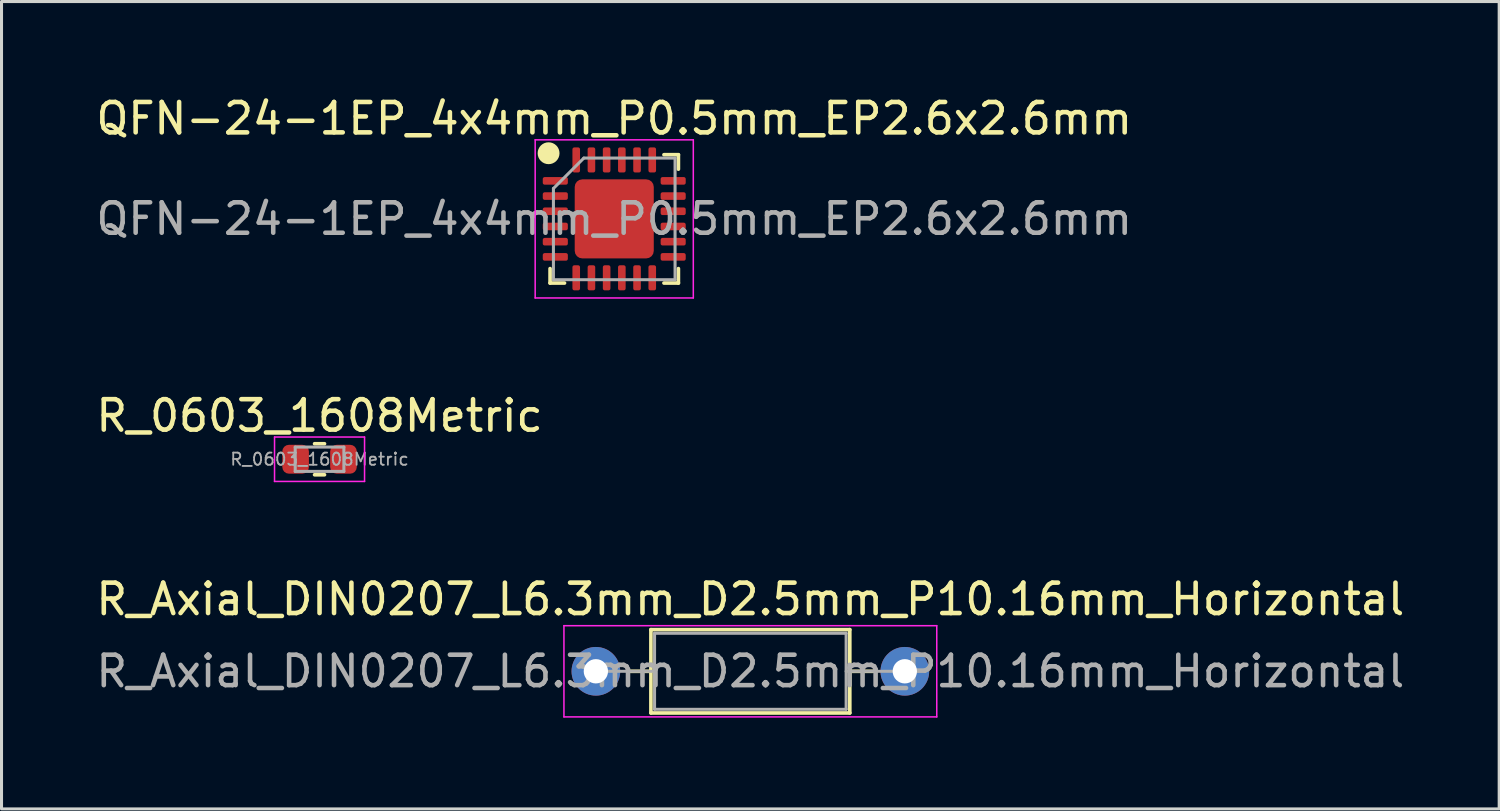
<source format=kicad_pcb>
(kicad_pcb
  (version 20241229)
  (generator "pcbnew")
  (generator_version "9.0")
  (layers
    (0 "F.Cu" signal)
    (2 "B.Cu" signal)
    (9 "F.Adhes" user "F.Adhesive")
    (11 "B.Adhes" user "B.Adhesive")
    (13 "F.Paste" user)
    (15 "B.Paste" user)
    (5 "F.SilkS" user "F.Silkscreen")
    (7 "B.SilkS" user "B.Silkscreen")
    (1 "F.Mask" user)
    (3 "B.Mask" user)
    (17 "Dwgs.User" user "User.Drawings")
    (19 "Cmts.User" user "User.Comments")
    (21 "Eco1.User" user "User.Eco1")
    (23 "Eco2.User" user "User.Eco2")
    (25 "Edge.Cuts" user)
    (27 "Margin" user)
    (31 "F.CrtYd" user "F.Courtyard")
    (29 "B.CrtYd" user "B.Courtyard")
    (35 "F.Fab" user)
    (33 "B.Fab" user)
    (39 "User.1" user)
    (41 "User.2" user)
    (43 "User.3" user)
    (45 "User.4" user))
  (footprint "QFN-24-1EP_4x4mm_P0.5mm_EP2.6x2.6mm"
    (layer "F.Cu")
    (at 17.149 4.148)
    (property "Reference" "QFN-24-1EP_4x4mm_P0.5mm_EP2.6x2.6mm" (at 0 -3.3 0) (layer "F.SilkS") (effects (font (size 1 1) (thickness 0.15))))
    (attr smd)
    (fp_line (start -2.11 2.11) (end -2.11 1.635) (stroke (width 0.12) (type solid)) (layer "F.SilkS"))
    (fp_line (start -1.635 2.11) (end -2.11 2.11) (stroke (width 0.12) (type solid)) (layer "F.SilkS"))
    (fp_line (start 1.635 -2.11) (end 2.11 -2.11) (stroke (width 0.12) (type solid)) (layer "F.SilkS"))
    (fp_line (start 1.635 2.11) (end 2.11 2.11) (stroke (width 0.12) (type solid)) (layer "F.SilkS"))
    (fp_line (start 2.11 -2.11) (end 2.11 -1.635) (stroke (width 0.12) (type solid)) (layer "F.SilkS"))
    (fp_line (start 2.11 2.11) (end 2.11 1.635) (stroke (width 0.12) (type solid)) (layer "F.SilkS"))
    (fp_circle (center -2.159 -2.159) (end -1.979 -2.159) (stroke (width 0.359) (type solid)) (fill no) (layer "F.SilkS"))
    (fp_line (start -2.6 -2.6) (end -2.6 2.6) (stroke (width 0.05) (type solid)) (layer "F.CrtYd"))
    (fp_line (start -2.6 2.6) (end 2.6 2.6) (stroke (width 0.05) (type solid)) (layer "F.CrtYd"))
    (fp_line (start 2.6 -2.6) (end -2.6 -2.6) (stroke (width 0.05) (type solid)) (layer "F.CrtYd"))
    (fp_line (start 2.6 2.6) (end 2.6 -2.6) (stroke (width 0.05) (type solid)) (layer "F.CrtYd"))
    (fp_line (start -2 -1) (end -1 -2) (stroke (width 0.1) (type solid)) (layer "F.Fab"))
    (fp_line (start -2 2) (end -2 -1) (stroke (width 0.1) (type solid)) (layer "F.Fab"))
    (fp_line (start -1 -2) (end 2 -2) (stroke (width 0.1) (type solid)) (layer "F.Fab"))
    (fp_line (start 2 -2) (end 2 2) (stroke (width 0.1) (type solid)) (layer "F.Fab"))
    (fp_line (start 2 2) (end -2 2) (stroke (width 0.1) (type solid)) (layer "F.Fab"))
    (fp_text user "${REFERENCE}" (at 0 0 0) (layer "F.Fab") (effects (font (size 1 1) (thickness 0.15))))
    (pad "" smd roundrect (at -0.65 -0.65) (size 1.05 1.05) (layers "F.Paste") (roundrect_rratio 0.238))
    (pad "" smd roundrect (at -0.65 0.65) (size 1.05 1.05) (layers "F.Paste") (roundrect_rratio 0.238))
    (pad "" smd roundrect (at 0.65 -0.65) (size 1.05 1.05) (layers "F.Paste") (roundrect_rratio 0.238))
    (pad "" smd roundrect (at 0.65 0.65) (size 1.05 1.05) (layers "F.Paste") (roundrect_rratio 0.238))
    (pad "1" smd roundrect (at -1.938 -1.25) (size 0.825 0.25) (layers "F.Cu" "F.Mask" "F.Paste") (roundrect_rratio 0.25))
    (pad "2" smd roundrect (at -1.938 -0.75) (size 0.825 0.25) (layers "F.Cu" "F.Mask" "F.Paste") (roundrect_rratio 0.25))
    (pad "3" smd roundrect (at -1.938 -0.25) (size 0.825 0.25) (layers "F.Cu" "F.Mask" "F.Paste") (roundrect_rratio 0.25))
    (pad "4" smd roundrect (at -1.938 0.25) (size 0.825 0.25) (layers "F.Cu" "F.Mask" "F.Paste") (roundrect_rratio 0.25))
    (pad "5" smd roundrect (at -1.938 0.75) (size 0.825 0.25) (layers "F.Cu" "F.Mask" "F.Paste") (roundrect_rratio 0.25))
    (pad "6" smd roundrect (at -1.938 1.25) (size 0.825 0.25) (layers "F.Cu" "F.Mask" "F.Paste") (roundrect_rratio 0.25))
    (pad "7" smd roundrect (at -1.25 1.938) (size 0.25 0.825) (layers "F.Cu" "F.Mask" "F.Paste") (roundrect_rratio 0.25))
    (pad "8" smd roundrect (at -0.75 1.938) (size 0.25 0.825) (layers "F.Cu" "F.Mask" "F.Paste") (roundrect_rratio 0.25))
    (pad "9" smd roundrect (at -0.25 1.938) (size 0.25 0.825) (layers "F.Cu" "F.Mask" "F.Paste") (roundrect_rratio 0.25))
    (pad "10" smd roundrect (at 0.25 1.938) (size 0.25 0.825) (layers "F.Cu" "F.Mask" "F.Paste") (roundrect_rratio 0.25))
    (pad "11" smd roundrect (at 0.75 1.938) (size 0.25 0.825) (layers "F.Cu" "F.Mask" "F.Paste") (roundrect_rratio 0.25))
    (pad "12" smd roundrect (at 1.25 1.938) (size 0.25 0.825) (layers "F.Cu" "F.Mask" "F.Paste") (roundrect_rratio 0.25))
    (pad "13" smd roundrect (at 1.938 1.25) (size 0.825 0.25) (layers "F.Cu" "F.Mask" "F.Paste") (roundrect_rratio 0.25))
    (pad "14" smd roundrect (at 1.938 0.75) (size 0.825 0.25) (layers "F.Cu" "F.Mask" "F.Paste") (roundrect_rratio 0.25))
    (pad "15" smd roundrect (at 1.938 0.25) (size 0.825 0.25) (layers "F.Cu" "F.Mask" "F.Paste") (roundrect_rratio 0.25))
    (pad "16" smd roundrect (at 1.938 -0.25) (size 0.825 0.25) (layers "F.Cu" "F.Mask" "F.Paste") (roundrect_rratio 0.25))
    (pad "17" smd roundrect (at 1.938 -0.75) (size 0.825 0.25) (layers "F.Cu" "F.Mask" "F.Paste") (roundrect_rratio 0.25))
    (pad "18" smd roundrect (at 1.938 -1.25) (size 0.825 0.25) (layers "F.Cu" "F.Mask" "F.Paste") (roundrect_rratio 0.25))
    (pad "19" smd roundrect (at 1.25 -1.938) (size 0.25 0.825) (layers "F.Cu" "F.Mask" "F.Paste") (roundrect_rratio 0.25))
    (pad "20" smd roundrect (at 0.75 -1.938) (size 0.25 0.825) (layers "F.Cu" "F.Mask" "F.Paste") (roundrect_rratio 0.25))
    (pad "21" smd roundrect (at 0.25 -1.938) (size 0.25 0.825) (layers "F.Cu" "F.Mask" "F.Paste") (roundrect_rratio 0.25))
    (pad "22" smd roundrect (at -0.25 -1.938) (size 0.25 0.825) (layers "F.Cu" "F.Mask" "F.Paste") (roundrect_rratio 0.25))
    (pad "23" smd roundrect (at -0.75 -1.938) (size 0.25 0.825) (layers "F.Cu" "F.Mask" "F.Paste") (roundrect_rratio 0.25))
    (pad "24" smd roundrect (at -1.25 -1.938) (size 0.25 0.825) (layers "F.Cu" "F.Mask" "F.Paste") (roundrect_rratio 0.25))
    (pad "25" smd roundrect (at 0 0) (size 2.6 2.6) (layers "F.Cu" "F.Mask") (roundrect_rratio 0.096)))
  (footprint "R_0603_1608Metric"
    (layer "F.Cu")
    (at 7.458 12.052)
    (property "Reference" "R_0603_1608Metric" (at 0 -1.43 0) (layer "F.SilkS") (effects (font (size 1 1) (thickness 0.15))))
    (attr smd)
    (fp_line (start -0.163 -0.51) (end 0.163 -0.51) (stroke (width 0.12) (type solid)) (layer "F.SilkS"))
    (fp_line (start -0.163 0.51) (end 0.163 0.51) (stroke (width 0.12) (type solid)) (layer "F.SilkS"))
    (fp_line (start -1.48 -0.73) (end 1.48 -0.73) (stroke (width 0.05) (type solid)) (layer "F.CrtYd"))
    (fp_line (start -1.48 0.73) (end -1.48 -0.73) (stroke (width 0.05) (type solid)) (layer "F.CrtYd"))
    (fp_line (start 1.48 -0.73) (end 1.48 0.73) (stroke (width 0.05) (type solid)) (layer "F.CrtYd"))
    (fp_line (start 1.48 0.73) (end -1.48 0.73) (stroke (width 0.05) (type solid)) (layer "F.CrtYd"))
    (fp_line (start -0.8 -0.4) (end 0.8 -0.4) (stroke (width 0.1) (type solid)) (layer "F.Fab"))
    (fp_line (start -0.8 0.4) (end -0.8 -0.4) (stroke (width 0.1) (type solid)) (layer "F.Fab"))
    (fp_line (start 0.8 -0.4) (end 0.8 0.4) (stroke (width 0.1) (type solid)) (layer "F.Fab"))
    (fp_line (start 0.8 0.4) (end -0.8 0.4) (stroke (width 0.1) (type solid)) (layer "F.Fab"))
    (fp_text user "${REFERENCE}" (at 0 0 0) (layer "F.Fab") (effects (font (size 0.4 0.4) (thickness 0.06))))
    (pad "1" smd roundrect (at -0.787 0) (size 0.875 0.95) (layers "F.Cu" "F.Mask" "F.Paste") (roundrect_rratio 0.25))
    (pad "2" smd roundrect (at 0.787 0) (size 0.875 0.95) (layers "F.Cu" "F.Mask" "F.Paste") (roundrect_rratio 0.25)))
  (footprint "R_Axial_DIN0207_L6.3mm_D2.5mm_P10.16mm_Horizontal"
    (layer "F.Cu")
    (at 16.545 19.025)
    (property "Reference" "R_Axial_DIN0207_L6.3mm_D2.5mm_P10.16mm_Horizontal" (at 5.08 -2.37 0) (layer "F.SilkS") (effects (font (size 1 1) (thickness 0.15))))
    (attr through_hole)
    (fp_line (start 1.04 0) (end 1.81 0) (stroke (width 0.12) (type solid)) (layer "F.SilkS"))
    (fp_line (start 1.81 -1.37) (end 1.81 1.37) (stroke (width 0.12) (type solid)) (layer "F.SilkS"))
    (fp_line (start 1.81 1.37) (end 8.35 1.37) (stroke (width 0.12) (type solid)) (layer "F.SilkS"))
    (fp_line (start 8.35 -1.37) (end 1.81 -1.37) (stroke (width 0.12) (type solid)) (layer "F.SilkS"))
    (fp_line (start 8.35 1.37) (end 8.35 -1.37) (stroke (width 0.12) (type solid)) (layer "F.SilkS"))
    (fp_line (start 9.12 0) (end 8.35 0) (stroke (width 0.12) (type solid)) (layer "F.SilkS"))
    (fp_line (start -1.05 -1.5) (end -1.05 1.5) (stroke (width 0.05) (type solid)) (layer "F.CrtYd"))
    (fp_line (start -1.05 1.5) (end 11.21 1.5) (stroke (width 0.05) (type solid)) (layer "F.CrtYd"))
    (fp_line (start 11.21 -1.5) (end -1.05 -1.5) (stroke (width 0.05) (type solid)) (layer "F.CrtYd"))
    (fp_line (start 11.21 1.5) (end 11.21 -1.5) (stroke (width 0.05) (type solid)) (layer "F.CrtYd"))
    (fp_line (start 0 0) (end 1.93 0) (stroke (width 0.1) (type solid)) (layer "F.Fab"))
    (fp_line (start 1.93 -1.25) (end 1.93 1.25) (stroke (width 0.1) (type solid)) (layer "F.Fab"))
    (fp_line (start 1.93 1.25) (end 8.23 1.25) (stroke (width 0.1) (type solid)) (layer "F.Fab"))
    (fp_line (start 8.23 -1.25) (end 1.93 -1.25) (stroke (width 0.1) (type solid)) (layer "F.Fab"))
    (fp_line (start 8.23 1.25) (end 8.23 -1.25) (stroke (width 0.1) (type solid)) (layer "F.Fab"))
    (fp_line (start 10.16 0) (end 8.23 0) (stroke (width 0.1) (type solid)) (layer "F.Fab"))
    (fp_text user "${REFERENCE}" (at 5.08 0 0) (layer "F.Fab") (effects (font (size 1 1) (thickness 0.15))))
    (pad "1" thru_hole circle (at 0 0) (size 1.6 1.6) (drill 0.8) (layers "*.Cu" "*.Mask"))
    (pad "2" thru_hole oval (at 10.16 0) (size 1.6 1.6) (drill 0.8) (layers "*.Cu" "*.Mask")))
  (gr_rect
    (start -3 -3)
    (end 46.25 23.55)
    (stroke (width 0.1) (type default))
    (fill no)
    (layer "Edge.Cuts")))
</source>
